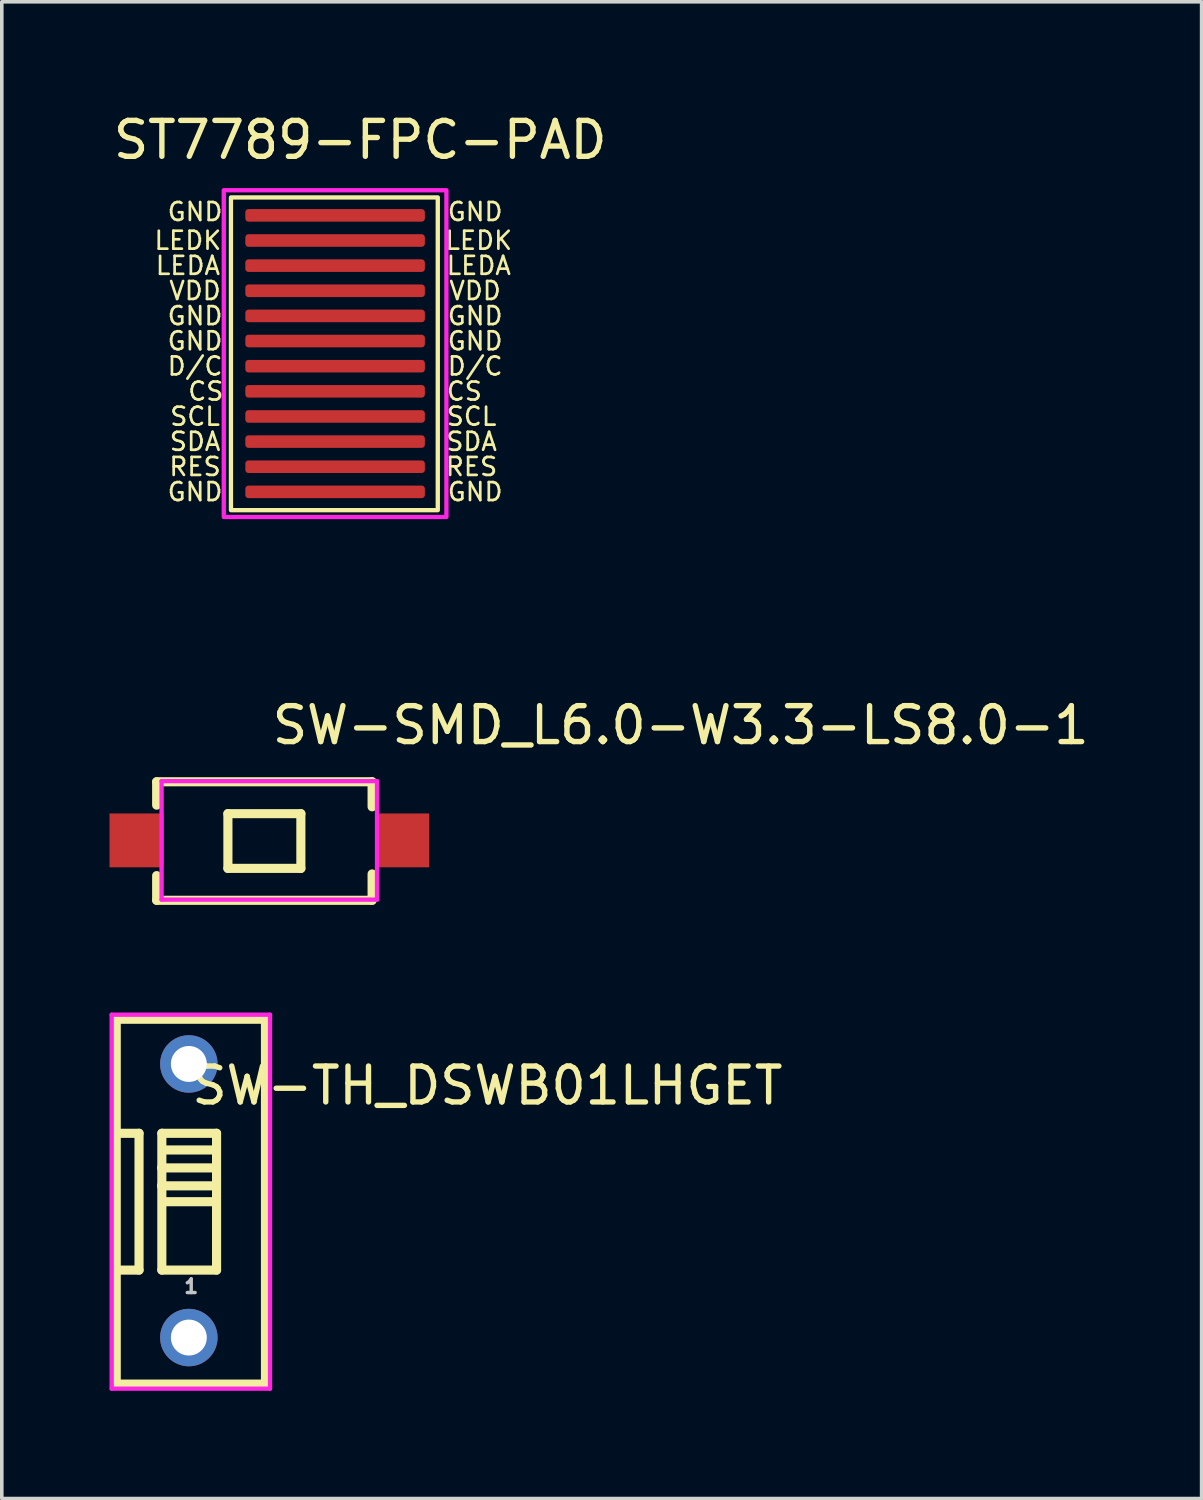
<source format=kicad_pcb>
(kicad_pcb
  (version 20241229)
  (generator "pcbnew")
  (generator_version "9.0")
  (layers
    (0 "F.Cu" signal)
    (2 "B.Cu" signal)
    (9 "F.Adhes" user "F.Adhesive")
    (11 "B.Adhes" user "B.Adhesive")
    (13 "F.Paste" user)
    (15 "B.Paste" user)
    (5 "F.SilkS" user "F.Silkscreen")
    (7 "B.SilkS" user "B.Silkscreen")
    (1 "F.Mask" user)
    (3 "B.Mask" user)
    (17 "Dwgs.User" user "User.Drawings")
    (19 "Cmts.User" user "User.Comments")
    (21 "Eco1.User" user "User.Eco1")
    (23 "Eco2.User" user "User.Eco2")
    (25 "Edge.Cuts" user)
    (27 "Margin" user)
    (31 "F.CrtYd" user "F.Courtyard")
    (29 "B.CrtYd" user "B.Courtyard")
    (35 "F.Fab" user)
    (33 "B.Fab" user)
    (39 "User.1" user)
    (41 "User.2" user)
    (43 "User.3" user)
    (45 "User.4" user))
  (footprint "SW-SMD_L6.0-W3.3-LS8.0-1"
    (layer "F.Cu")
    (at 4.45 20.354)
    (property "Reference" "SW-SMD_L6.0-W3.3-LS8.0-1" (at 0 -3.207 0) (layer "F.SilkS") (effects (font (size 1 1) (thickness 0.15)) (justify left)))
    (attr through_hole)
    (fp_line (start -3.137 -1.632) (end -3.137 -0.981) (stroke (width 0.254) (type solid)) (layer "F.SilkS"))
    (fp_line (start -3.137 -1.632) (end 2.863 -1.632) (stroke (width 0.254) (type solid)) (layer "F.SilkS"))
    (fp_line (start -3.137 0.981) (end -3.137 1.668) (stroke (width 0.254) (type solid)) (layer "F.SilkS"))
    (fp_line (start -1.153 -0.744) (end 0.879 -0.744) (stroke (width 0.254) (type solid)) (layer "F.SilkS"))
    (fp_line (start -1.153 0.78) (end -1.153 -0.744) (stroke (width 0.254) (type solid)) (layer "F.SilkS"))
    (fp_line (start 0.879 -0.744) (end 0.879 0.78) (stroke (width 0.254) (type solid)) (layer "F.SilkS"))
    (fp_line (start 0.879 0.78) (end -1.153 0.78) (stroke (width 0.254) (type solid)) (layer "F.SilkS"))
    (fp_line (start 2.863 -0.935) (end 2.863 -1.632) (stroke (width 0.254) (type solid)) (layer "F.SilkS"))
    (fp_line (start 2.863 1.668) (end -3.137 1.668) (stroke (width 0.254) (type solid)) (layer "F.SilkS"))
    (fp_line (start 2.863 1.668) (end 2.863 0.935) (stroke (width 0.254) (type solid)) (layer "F.SilkS"))
    (fp_line (start -3.51 -0.45) (end -2.99 -0.45) (stroke (width 0.12) (type solid)) (layer "Eco2.User"))
    (fp_line (start -3.51 0.45) (end -3.51 -0.45) (stroke (width 0.12) (type solid)) (layer "Eco2.User"))
    (fp_line (start -2.99 -0.45) (end -2.99 0.45) (stroke (width 0.12) (type solid)) (layer "Eco2.User"))
    (fp_line (start -2.99 0.45) (end -3.51 0.45) (stroke (width 0.12) (type solid)) (layer "Eco2.User"))
    (fp_line (start 2.99 -0.45) (end 3.51 -0.45) (stroke (width 0.12) (type solid)) (layer "Eco2.User"))
    (fp_line (start 2.99 0.45) (end 2.99 -0.45) (stroke (width 0.12) (type solid)) (layer "Eco2.User"))
    (fp_line (start 3.51 -0.45) (end 3.51 0.45) (stroke (width 0.12) (type solid)) (layer "Eco2.User"))
    (fp_line (start 3.51 0.45) (end 2.99 0.45) (stroke (width 0.12) (type solid)) (layer "Eco2.User"))
    (fp_circle (center -4 1.65) (end -3.97 1.65) (stroke (width 0.06) (type solid)) (fill no) (layer "Eco2.User"))
    (fp_poly (pts (xy -4 0.45) (xy -4 -0.45) (xy -3.5 -0.45) (xy -3.5 0.45)) (stroke (width 0.12) (type solid)) (fill no) (layer "Eco2.User"))
    (fp_poly (pts (xy 3.5 0.45) (xy 3.5 -0.45) (xy 4 -0.45) (xy 4 0.45)) (stroke (width 0.12) (type solid)) (fill no) (layer "Eco2.User"))
    (fp_line (start -3 -1.65) (end 3 -1.65) (stroke (width 0.12) (type solid)) (layer "F.CrtYd"))
    (fp_line (start -3 1.65) (end -3 -1.65) (stroke (width 0.12) (type solid)) (layer "F.CrtYd"))
    (fp_line (start 3 -1.65) (end 3 1.65) (stroke (width 0.12) (type solid)) (layer "F.CrtYd"))
    (fp_line (start 3 1.65) (end -3 1.65) (stroke (width 0.12) (type solid)) (layer "F.CrtYd"))
    (pad "1" smd rect (at -3.7 0) (size 1.5 1.5) (layers "F.Cu" "F.Mask" "F.Paste"))
    (pad "2" smd rect (at 3.7 0) (size 1.5 1.5) (layers "F.Cu" "F.Mask" "F.Paste")))
  (footprint "ST7789-FPC-PAD"
    (layer "F.Cu")
    (at 0.282 13.048)
    (property "Reference" "ST7789-FPC-PAD" (at 6.7 -12.2 0) (unlocked yes) (layer "F.SilkS") (effects (font (size 1 1) (thickness 0.15))))
    (attr smd)
    (fp_rect (start 3.1 -10.6) (end 8.86 -1.89) (stroke (width 0.12) (type solid)) (fill no) (layer "F.SilkS"))
    (fp_rect (start 2.9 -10.8) (end 9.1 -1.7) (stroke (width 0.12) (type solid)) (fill no) (layer "F.CrtYd"))
    (fp_text user "GND" (at 2.1 -2.4 0) (unlocked yes) (layer "F.SilkS") (effects (font (size 0.5 0.5) (thickness 0.075))))
    (fp_text user "LEDA" (at 1.9 -8.7 0) (unlocked yes) (layer "F.SilkS") (effects (font (size 0.5 0.5) (thickness 0.075))))
    (fp_text user "SDA" (at 9.8 -3.8 0) (unlocked yes) (layer "F.SilkS") (effects (font (size 0.5 0.5) (thickness 0.075))))
    (fp_text user "VDD" (at 9.9 -8 0) (unlocked yes) (layer "F.SilkS") (effects (font (size 0.5 0.5) (thickness 0.075))))
    (fp_text user "VDD" (at 2.1 -8 0) (unlocked yes) (layer "F.SilkS") (effects (font (size 0.5 0.5) (thickness 0.075))))
    (fp_text user "LEDK" (at 1.9 -9.4 0) (unlocked yes) (layer "F.SilkS") (effects (font (size 0.5 0.5) (thickness 0.075))))
    (fp_text user "D/C" (at 9.9 -5.9 0) (unlocked yes) (layer "F.SilkS") (effects (font (size 0.5 0.5) (thickness 0.075))))
    (fp_text user "RES" (at 2.1 -3.1 0) (unlocked yes) (layer "F.SilkS") (effects (font (size 0.5 0.5) (thickness 0.075))))
    (fp_text user "SDA" (at 2.1 -3.8 0) (unlocked yes) (layer "F.SilkS") (effects (font (size 0.5 0.5) (thickness 0.075))))
    (fp_text user "RES" (at 9.8 -3.1 0) (unlocked yes) (layer "F.SilkS") (effects (font (size 0.5 0.5) (thickness 0.075))))
    (fp_text user "CS" (at 9.6 -5.2 0) (unlocked yes) (layer "F.SilkS") (effects (font (size 0.5 0.5) (thickness 0.075))))
    (fp_text user "SCL" (at 9.8 -4.5 0) (unlocked yes) (layer "F.SilkS") (effects (font (size 0.5 0.5) (thickness 0.075))))
    (fp_text user "GND" (at 2.1 -7.3 0) (unlocked yes) (layer "F.SilkS") (effects (font (size 0.5 0.5) (thickness 0.075))))
    (fp_text user "GND" (at 9.9 -7.3 0) (unlocked yes) (layer "F.SilkS") (effects (font (size 0.5 0.5) (thickness 0.075))))
    (fp_text user "SCL" (at 2.1 -4.5 0) (unlocked yes) (layer "F.SilkS") (effects (font (size 0.5 0.5) (thickness 0.075))))
    (fp_text user "GND" (at 2.1 -10.2 0) (unlocked yes) (layer "F.SilkS") (effects (font (size 0.5 0.5) (thickness 0.075))))
    (fp_text user "GND" (at 9.9 -2.4 0) (unlocked yes) (layer "F.SilkS") (effects (font (size 0.5 0.5) (thickness 0.075))))
    (fp_text user "GND" (at 9.9 -6.6 0) (unlocked yes) (layer "F.SilkS") (effects (font (size 0.5 0.5) (thickness 0.075))))
    (fp_text user "GND" (at 2.1 -6.6 0) (unlocked yes) (layer "F.SilkS") (effects (font (size 0.5 0.5) (thickness 0.075))))
    (fp_text user "D/C" (at 2.1 -5.9 0) (unlocked yes) (layer "F.SilkS") (effects (font (size 0.5 0.5) (thickness 0.075))))
    (fp_text user "CS" (at 2.4 -5.2 0) (unlocked yes) (layer "F.SilkS") (effects (font (size 0.5 0.5) (thickness 0.075))))
    (fp_text user "LEDK" (at 10 -9.4 0) (unlocked yes) (layer "F.SilkS") (effects (font (size 0.5 0.5) (thickness 0.075))))
    (fp_text user "GND" (at 9.9 -10.2 0) (unlocked yes) (layer "F.SilkS") (effects (font (size 0.5 0.5) (thickness 0.075))))
    (fp_text user "LEDA" (at 10 -8.7 0) (unlocked yes) (layer "F.SilkS") (effects (font (size 0.5 0.5) (thickness 0.075))))
    (pad "1" smd roundrect (at 6 -10.1) (size 5 0.35) (layers "F.Cu" "F.Mask" "F.Paste") (roundrect_rratio 0.25))
    (pad "2" smd roundrect (at 6 -9.4) (size 5 0.35) (layers "F.Cu" "F.Mask" "F.Paste") (roundrect_rratio 0.25))
    (pad "3" smd roundrect (at 6 -8.7) (size 5 0.35) (layers "F.Cu" "F.Mask" "F.Paste") (roundrect_rratio 0.25))
    (pad "4" smd roundrect (at 6 -8) (size 5 0.35) (layers "F.Cu" "F.Mask" "F.Paste") (roundrect_rratio 0.25))
    (pad "5" smd roundrect (at 6 -7.3) (size 5 0.35) (layers "F.Cu" "F.Mask" "F.Paste") (roundrect_rratio 0.25))
    (pad "6" smd roundrect (at 6 -6.6) (size 5 0.35) (layers "F.Cu" "F.Mask" "F.Paste") (roundrect_rratio 0.25))
    (pad "7" smd roundrect (at 6 -5.9) (size 5 0.35) (layers "F.Cu" "F.Mask" "F.Paste") (roundrect_rratio 0.25))
    (pad "8" smd roundrect (at 6 -5.2) (size 5 0.35) (layers "F.Cu" "F.Mask" "F.Paste") (roundrect_rratio 0.25))
    (pad "9" smd roundrect (at 6 -4.5) (size 5 0.35) (layers "F.Cu" "F.Mask" "F.Paste") (roundrect_rratio 0.25))
    (pad "10" smd roundrect (at 6 -3.8) (size 5 0.35) (layers "F.Cu" "F.Mask" "F.Paste") (roundrect_rratio 0.25))
    (pad "11" smd roundrect (at 6 -3.1) (size 5 0.35) (layers "F.Cu" "F.Mask" "F.Paste") (roundrect_rratio 0.25))
    (pad "12" smd roundrect (at 6 -2.4) (size 5 0.35) (layers "F.Cu" "F.Mask" "F.Paste") (roundrect_rratio 0.25)))
  (footprint "SW-TH_DSWB01LHGET"
    (layer "F.Cu")
    (at 2.209 30.39)
    (property "Reference" "SW-TH_DSWB01LHGET" (at 0 -3.207 0) (layer "F.SilkS") (effects (font (size 1 1) (thickness 0.15)) (justify left)))
    (attr through_hole)
    (fp_line (start -2.022 -5.054) (end -2.022 1.931) (stroke (width 0.254) (type solid)) (layer "F.SilkS"))
    (fp_line (start -2.022 -1.879) (end -1.387 -1.879) (stroke (width 0.254) (type solid)) (layer "F.SilkS"))
    (fp_line (start -2.022 1.931) (end -2.022 5.106) (stroke (width 0.254) (type solid)) (layer "F.SilkS"))
    (fp_line (start -2.022 5.106) (end 2.134 5.106) (stroke (width 0.254) (type solid)) (layer "F.SilkS"))
    (fp_line (start -1.387 -1.879) (end -1.387 1.931) (stroke (width 0.254) (type solid)) (layer "F.SilkS"))
    (fp_line (start -1.387 1.931) (end -2.022 1.931) (stroke (width 0.254) (type solid)) (layer "F.SilkS"))
    (fp_line (start -0.761 -0.915) (end 0.639 -0.915) (stroke (width 0.254) (type solid)) (layer "F.SilkS"))
    (fp_line (start -0.761 -0.415) (end 0.639 -0.415) (stroke (width 0.254) (type solid)) (layer "F.SilkS"))
    (fp_line (start -0.752 -1.879) (end -0.752 1.931) (stroke (width 0.254) (type solid)) (layer "F.SilkS"))
    (fp_line (start -0.752 1.931) (end 0.772 1.931) (stroke (width 0.254) (type solid)) (layer "F.SilkS"))
    (fp_line (start -0.72 0.026) (end 0.68 0.026) (stroke (width 0.254) (type solid)) (layer "F.SilkS"))
    (fp_line (start -0.702 -1.415) (end 0.698 -1.415) (stroke (width 0.254) (type solid)) (layer "F.SilkS"))
    (fp_line (start 0.772 -1.879) (end -0.752 -1.879) (stroke (width 0.254) (type solid)) (layer "F.SilkS"))
    (fp_line (start 0.772 1.931) (end 0.772 -1.879) (stroke (width 0.254) (type solid)) (layer "F.SilkS"))
    (fp_line (start 2.134 -5.054) (end -2.022 -5.054) (stroke (width 0.254) (type solid)) (layer "F.SilkS"))
    (fp_line (start 2.134 5.106) (end 2.134 -5.054) (stroke (width 0.254) (type solid)) (layer "F.SilkS"))
    (fp_circle (center -2.149 -5.181) (end -2.119 -5.181) (stroke (width 0.06) (type solid)) (fill no) (layer "Eco2.User"))
    (fp_circle (center 0 -3.81) (end 0.2 -3.81) (stroke (width 0.4) (type solid)) (fill no) (layer "Eco2.User"))
    (fp_circle (center 0 3.81) (end 0.2 3.81) (stroke (width 0.4) (type solid)) (fill no) (layer "Eco2.User"))
    (fp_line (start -2.149 -5.181) (end 2.261 -5.181) (stroke (width 0.12) (type solid)) (layer "F.CrtYd"))
    (fp_line (start -2.149 5.233) (end -2.149 -5.181) (stroke (width 0.12) (type solid)) (layer "F.CrtYd"))
    (fp_line (start 2.261 -5.181) (end 2.261 5.233) (stroke (width 0.12) (type solid)) (layer "F.CrtYd"))
    (fp_line (start 2.261 5.233) (end -2.149 5.233) (stroke (width 0.12) (type solid)) (layer "F.CrtYd"))
    (fp_text user "1" (at -0.178 2.385 0) (layer "Dwgs.User") (effects (font (size 0.381 0.381) (thickness 0.152)) (justify left)))
    (pad "1" thru_hole circle (at 0 -3.81 90) (size 1.6 1.6) (drill 1) (layers "*.Cu" "*.Mask"))
    (pad "2" thru_hole circle (at 0 3.81 90) (size 1.6 1.6) (drill 1) (layers "*.Cu" "*.Mask")))
  (gr_rect
    (start -3 -3)
    (end 30.414 38.682)
    (stroke (width 0.1) (type default))
    (fill no)
    (layer "Edge.Cuts")))
</source>
